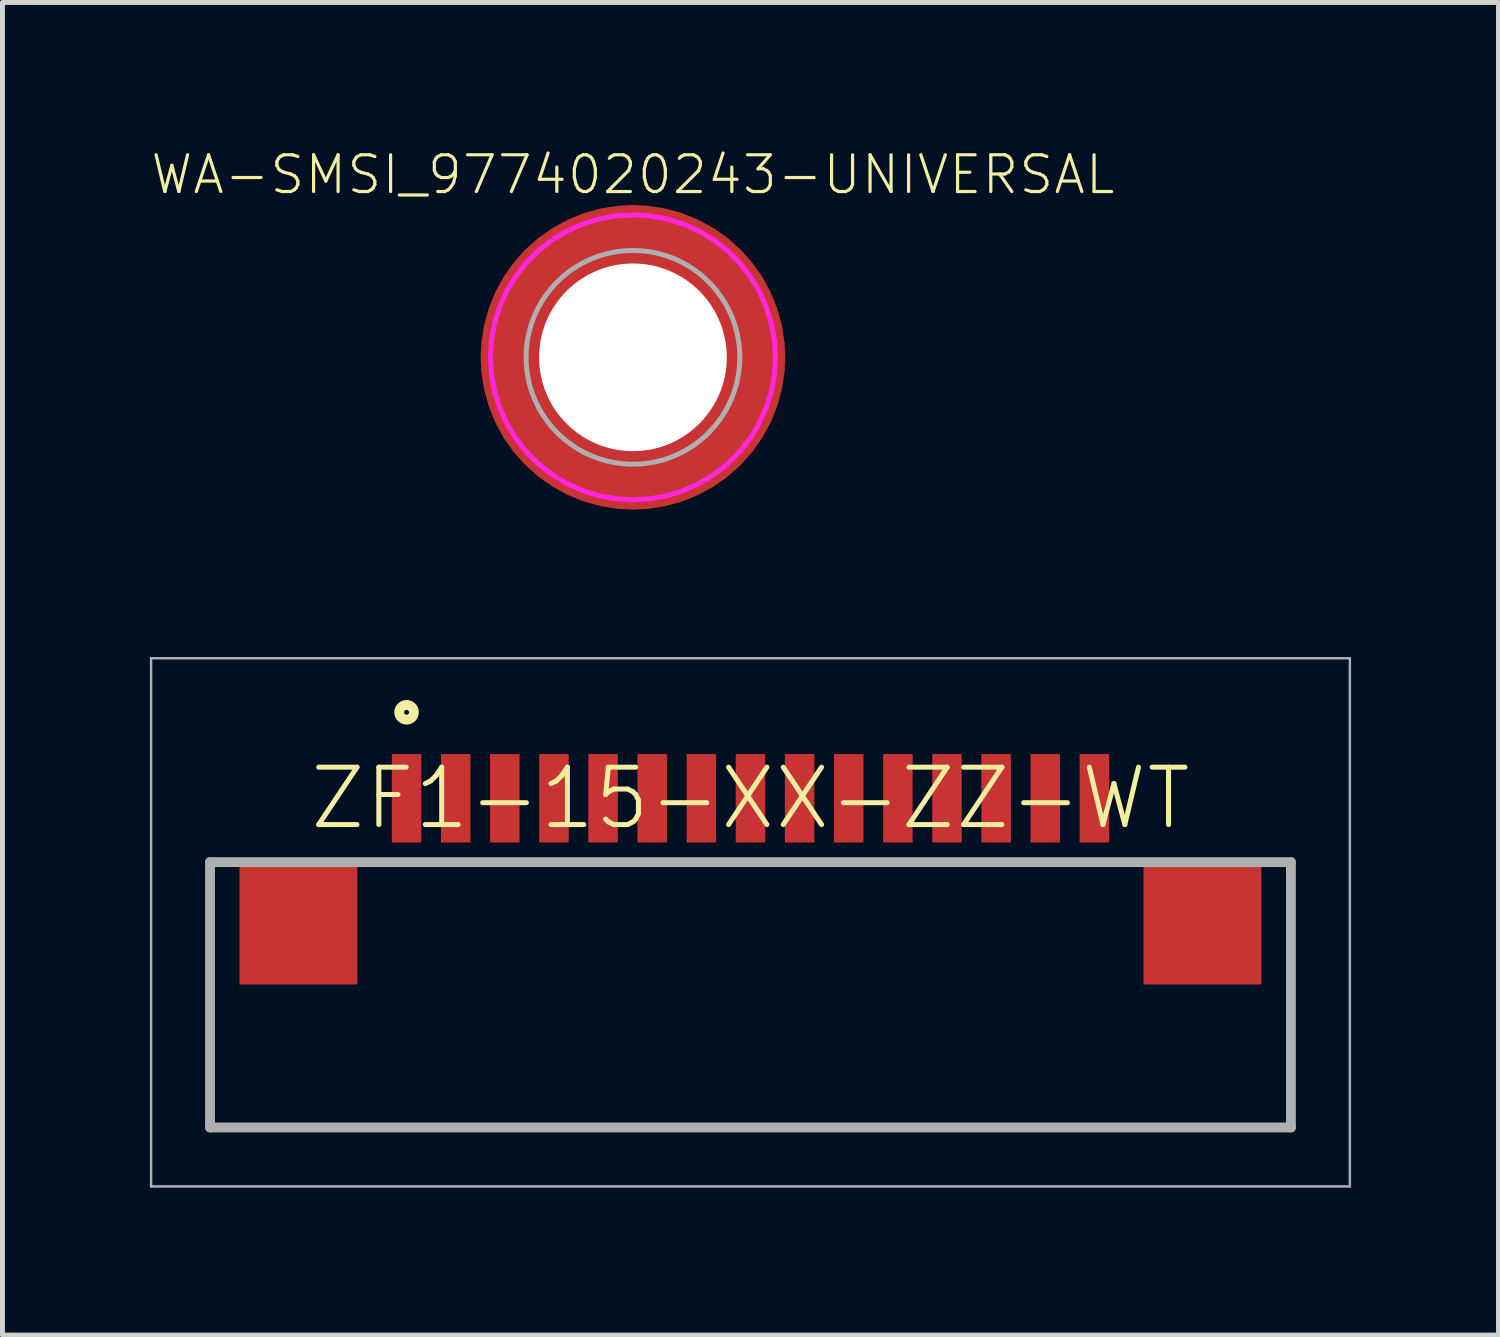
<source format=kicad_pcb>
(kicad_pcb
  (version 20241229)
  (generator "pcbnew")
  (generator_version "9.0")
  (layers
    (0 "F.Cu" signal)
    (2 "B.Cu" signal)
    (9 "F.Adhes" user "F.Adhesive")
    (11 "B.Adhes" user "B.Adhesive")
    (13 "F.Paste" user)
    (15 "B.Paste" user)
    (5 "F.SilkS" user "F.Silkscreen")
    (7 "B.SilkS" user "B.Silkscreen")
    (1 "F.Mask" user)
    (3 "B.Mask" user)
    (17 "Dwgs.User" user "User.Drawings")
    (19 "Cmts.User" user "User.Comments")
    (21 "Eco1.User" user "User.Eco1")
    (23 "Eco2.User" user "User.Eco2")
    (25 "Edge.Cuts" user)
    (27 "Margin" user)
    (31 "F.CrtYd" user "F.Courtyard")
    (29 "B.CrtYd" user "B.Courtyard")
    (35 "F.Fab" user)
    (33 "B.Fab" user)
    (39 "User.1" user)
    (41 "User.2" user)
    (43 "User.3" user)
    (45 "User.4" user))
  (footprint "ZF1-15-XX-ZZ-WT"
    (layer "F.Cu")
    (at 12.225 13.198)
    (property "Reference" "ZF1-15-XX-ZZ-WT" (at 0 0 0) (layer "F.SilkS") (effects (font (size 1.168 1.168) (thickness 0.102))))
    (fp_line (start -11 6.7) (end -11 1.3) (stroke (width 0.1) (type solid)) (layer "F.SilkS"))
    (fp_line (start 11 1.3) (end 11 6.7) (stroke (width 0.1) (type solid)) (layer "F.SilkS"))
    (fp_line (start 11 6.7) (end -11 6.7) (stroke (width 0.1) (type solid)) (layer "F.SilkS"))
    (fp_circle (center -7 -1.75) (end -6.95 -1.75) (stroke (width 0.2) (type solid)) (fill no) (layer "F.SilkS"))
    (fp_line (start -12.2 -2.85) (end 12.2 -2.85) (stroke (width 0.05) (type solid)) (layer "F.Fab"))
    (fp_line (start -12.2 7.9) (end -12.2 -2.85) (stroke (width 0.05) (type solid)) (layer "F.Fab"))
    (fp_line (start -11 1.3) (end 11 1.3) (stroke (width 0.2) (type solid)) (layer "F.Fab"))
    (fp_line (start -11 6.7) (end -11 1.3) (stroke (width 0.2) (type solid)) (layer "F.Fab"))
    (fp_line (start 11 1.3) (end 11 6.7) (stroke (width 0.2) (type solid)) (layer "F.Fab"))
    (fp_line (start 11 6.7) (end -11 6.7) (stroke (width 0.2) (type solid)) (layer "F.Fab"))
    (fp_line (start 12.2 -2.85) (end 12.2 7.9) (stroke (width 0.05) (type solid)) (layer "F.Fab"))
    (fp_line (start 12.2 7.9) (end -12.2 7.9) (stroke (width 0.05) (type solid)) (layer "F.Fab"))
    (pad "1" smd rect (at -7 0 90) (size 1.8 0.6) (layers "F.Cu" "F.Mask" "F.Paste"))
    (pad "2" smd rect (at -6 0 90) (size 1.8 0.6) (layers "F.Cu" "F.Mask" "F.Paste"))
    (pad "3" smd rect (at -5 0 90) (size 1.8 0.6) (layers "F.Cu" "F.Mask" "F.Paste"))
    (pad "4" smd rect (at -4 0 90) (size 1.8 0.6) (layers "F.Cu" "F.Mask" "F.Paste"))
    (pad "5" smd rect (at -3 0 90) (size 1.8 0.6) (layers "F.Cu" "F.Mask" "F.Paste"))
    (pad "6" smd rect (at -2 0 90) (size 1.8 0.6) (layers "F.Cu" "F.Mask" "F.Paste"))
    (pad "7" smd rect (at -1 0 90) (size 1.8 0.6) (layers "F.Cu" "F.Mask" "F.Paste"))
    (pad "8" smd rect (at 0 0 90) (size 1.8 0.6) (layers "F.Cu" "F.Mask" "F.Paste"))
    (pad "9" smd rect (at 1 0 90) (size 1.8 0.6) (layers "F.Cu" "F.Mask" "F.Paste"))
    (pad "10" smd rect (at 2 0 90) (size 1.8 0.6) (layers "F.Cu" "F.Mask" "F.Paste"))
    (pad "11" smd rect (at 3 0 90) (size 1.8 0.6) (layers "F.Cu" "F.Mask" "F.Paste"))
    (pad "12" smd rect (at 4 0 90) (size 1.8 0.6) (layers "F.Cu" "F.Mask" "F.Paste"))
    (pad "13" smd rect (at 5 0 90) (size 1.8 0.6) (layers "F.Cu" "F.Mask" "F.Paste"))
    (pad "14" smd rect (at 6 0 90) (size 1.8 0.6) (layers "F.Cu" "F.Mask" "F.Paste"))
    (pad "15" smd rect (at 7 0 90) (size 1.8 0.6) (layers "F.Cu" "F.Mask" "F.Paste"))
    (pad "16" smd rect (at -9.2 2.54 90) (size 2.5 2.4) (layers "F.Cu" "F.Mask" "F.Paste"))
    (pad "17" smd rect (at 9.2 2.54 90) (size 2.5 2.4) (layers "F.Cu" "F.Mask" "F.Paste")))
  (footprint "WA-SMSI_9774020243-UNIVERSAL"
    (layer "F.Cu")
    (at 9.833 4.223)
    (property "Reference" "WA-SMSI_9774020243-UNIVERSAL" (at 0 -3.28 0) (layer "F.SilkS") (effects (font (size 0.748 0.748) (thickness 0.065)) (justify bottom)))
    (fp_poly (pts (xy -1.805 0.654) (xy -1.785 0.729) (xy -1.755 0.823) (xy -1.715 0.923) (xy -1.651 1.053) (xy -1.606 1.127) (xy -1.551 1.207) (xy -1.501 1.272) (xy -1.441 1.342) (xy -1.322 1.461) (xy -1.267 1.506) (xy -1.187 1.566) (xy -1.112 1.616) (xy -1.043 1.656) (xy -0.943 1.705) (xy -0.873 1.735) (xy -0.808 1.76) (xy -0.729 1.785) (xy -0.654 1.805) (xy -0.595 1.816) (xy -0.595 2.845) (xy -0.661 2.84) (xy -0.726 2.83) (xy -0.811 2.815) (xy -0.901 2.795) (xy -1.051 2.755) (xy -1.127 2.73) (xy -1.197 2.705) (xy -1.272 2.675) (xy -1.342 2.645) (xy -1.417 2.61) (xy -1.467 2.584) (xy -1.552 2.539) (xy -1.623 2.499) (xy -1.693 2.454) (xy -1.768 2.404) (xy -1.863 2.334) (xy -1.958 2.259) (xy -2.018 2.204) (xy -2.088 2.139) (xy -2.149 2.078) (xy -2.209 2.013) (xy -2.259 1.958) (xy -2.314 1.888) (xy -2.364 1.823) (xy -2.414 1.753) (xy -2.464 1.678) (xy -2.504 1.613) (xy -2.549 1.532) (xy -2.589 1.457) (xy -2.63 1.377) (xy -2.665 1.297) (xy -2.695 1.222) (xy -2.72 1.157) (xy -2.75 1.061) (xy -2.78 0.961) (xy -2.805 0.861) (xy -2.82 0.786) (xy -2.83 0.726) (xy -2.84 0.661) (xy -2.845 0.595) (xy -1.816 0.595)) (stroke (width 0.1) (type solid)) (fill no) (layer "F.Paste"))
    (fp_poly (pts (xy -0.595 -1.816) (xy -0.654 -1.805) (xy -0.729 -1.785) (xy -0.823 -1.755) (xy -0.923 -1.715) (xy -1.053 -1.651) (xy -1.127 -1.606) (xy -1.207 -1.551) (xy -1.272 -1.501) (xy -1.342 -1.441) (xy -1.461 -1.322) (xy -1.506 -1.267) (xy -1.566 -1.187) (xy -1.616 -1.112) (xy -1.656 -1.043) (xy -1.705 -0.943) (xy -1.735 -0.873) (xy -1.76 -0.808) (xy -1.785 -0.729) (xy -1.805 -0.654) (xy -1.816 -0.595) (xy -2.845 -0.595) (xy -2.84 -0.661) (xy -2.83 -0.726) (xy -2.815 -0.811) (xy -2.795 -0.901) (xy -2.755 -1.051) (xy -2.73 -1.127) (xy -2.705 -1.197) (xy -2.675 -1.272) (xy -2.645 -1.342) (xy -2.61 -1.417) (xy -2.584 -1.467) (xy -2.539 -1.552) (xy -2.499 -1.623) (xy -2.454 -1.693) (xy -2.404 -1.768) (xy -2.334 -1.863) (xy -2.259 -1.958) (xy -2.204 -2.018) (xy -2.139 -2.088) (xy -2.078 -2.149) (xy -2.013 -2.209) (xy -1.958 -2.259) (xy -1.888 -2.314) (xy -1.823 -2.364) (xy -1.753 -2.414) (xy -1.678 -2.464) (xy -1.613 -2.504) (xy -1.532 -2.549) (xy -1.457 -2.589) (xy -1.377 -2.63) (xy -1.297 -2.665) (xy -1.222 -2.695) (xy -1.157 -2.72) (xy -1.061 -2.75) (xy -0.961 -2.78) (xy -0.861 -2.805) (xy -0.786 -2.82) (xy -0.726 -2.83) (xy -0.661 -2.84) (xy -0.595 -2.845)) (stroke (width 0.1) (type solid)) (fill no) (layer "F.Paste"))
    (fp_poly (pts (xy 0.661 -2.84) (xy 0.726 -2.83) (xy 0.811 -2.815) (xy 0.901 -2.795) (xy 1.051 -2.755) (xy 1.127 -2.73) (xy 1.197 -2.705) (xy 1.272 -2.675) (xy 1.342 -2.645) (xy 1.417 -2.61) (xy 1.467 -2.584) (xy 1.552 -2.539) (xy 1.623 -2.499) (xy 1.693 -2.454) (xy 1.768 -2.404) (xy 1.863 -2.334) (xy 1.958 -2.259) (xy 2.018 -2.204) (xy 2.088 -2.139) (xy 2.149 -2.078) (xy 2.209 -2.013) (xy 2.259 -1.958) (xy 2.314 -1.888) (xy 2.364 -1.823) (xy 2.414 -1.753) (xy 2.464 -1.678) (xy 2.504 -1.613) (xy 2.549 -1.532) (xy 2.589 -1.457) (xy 2.63 -1.377) (xy 2.665 -1.297) (xy 2.695 -1.222) (xy 2.72 -1.157) (xy 2.75 -1.061) (xy 2.78 -0.961) (xy 2.805 -0.861) (xy 2.82 -0.786) (xy 2.83 -0.726) (xy 2.84 -0.661) (xy 2.845 -0.595) (xy 1.816 -0.595) (xy 1.805 -0.654) (xy 1.785 -0.729) (xy 1.755 -0.823) (xy 1.715 -0.923) (xy 1.651 -1.053) (xy 1.606 -1.127) (xy 1.551 -1.207) (xy 1.501 -1.272) (xy 1.441 -1.342) (xy 1.322 -1.461) (xy 1.267 -1.506) (xy 1.187 -1.566) (xy 1.112 -1.616) (xy 1.043 -1.656) (xy 0.943 -1.705) (xy 0.873 -1.735) (xy 0.808 -1.76) (xy 0.729 -1.785) (xy 0.654 -1.805) (xy 0.595 -1.816) (xy 0.595 -2.845)) (stroke (width 0.1) (type solid)) (fill no) (layer "F.Paste"))
    (fp_poly (pts (xy 2.84 0.661) (xy 2.83 0.726) (xy 2.815 0.811) (xy 2.795 0.901) (xy 2.755 1.051) (xy 2.73 1.127) (xy 2.705 1.197) (xy 2.675 1.272) (xy 2.645 1.342) (xy 2.61 1.417) (xy 2.584 1.467) (xy 2.539 1.552) (xy 2.499 1.623) (xy 2.454 1.693) (xy 2.404 1.768) (xy 2.334 1.863) (xy 2.259 1.958) (xy 2.204 2.018) (xy 2.139 2.088) (xy 2.078 2.149) (xy 2.013 2.209) (xy 1.958 2.259) (xy 1.888 2.314) (xy 1.823 2.364) (xy 1.753 2.414) (xy 1.678 2.464) (xy 1.613 2.504) (xy 1.532 2.549) (xy 1.457 2.589) (xy 1.377 2.63) (xy 1.297 2.665) (xy 1.222 2.695) (xy 1.157 2.72) (xy 1.061 2.75) (xy 0.961 2.78) (xy 0.861 2.805) (xy 0.786 2.82) (xy 0.726 2.83) (xy 0.661 2.84) (xy 0.595 2.845) (xy 0.595 1.816) (xy 0.654 1.805) (xy 0.729 1.785) (xy 0.823 1.755) (xy 0.923 1.715) (xy 1.053 1.651) (xy 1.127 1.606) (xy 1.207 1.551) (xy 1.272 1.501) (xy 1.342 1.441) (xy 1.461 1.322) (xy 1.506 1.267) (xy 1.566 1.187) (xy 1.616 1.112) (xy 1.656 1.043) (xy 1.705 0.943) (xy 1.735 0.873) (xy 1.76 0.808) (xy 1.785 0.729) (xy 1.805 0.654) (xy 1.816 0.595) (xy 2.845 0.595)) (stroke (width 0.1) (type solid)) (fill no) (layer "F.Paste"))
    (fp_poly (pts (xy 0.35 -2.879) (xy 0.694 -2.816) (xy 1.028 -2.712) (xy 1.348 -2.568) (xy 1.647 -2.387) (xy 1.923 -2.171) (xy 2.171 -1.923) (xy 2.387 -1.647) (xy 2.568 -1.348) (xy 2.712 -1.028) (xy 2.816 -0.694) (xy 2.879 -0.35) (xy 2.9 0) (xy 2.879 0.35) (xy 2.816 0.694) (xy 2.712 1.028) (xy 2.568 1.348) (xy 2.387 1.647) (xy 2.171 1.923) (xy 1.923 2.171) (xy 1.647 2.387) (xy 1.348 2.568) (xy 1.028 2.712) (xy 0.694 2.816) (xy 0.35 2.879) (xy 0 2.9) (xy -0.35 2.879) (xy -0.694 2.816) (xy -1.028 2.712) (xy -1.348 2.568) (xy -1.647 2.387) (xy -1.923 2.171) (xy -2.171 1.923) (xy -2.387 1.647) (xy -2.568 1.348) (xy -2.712 1.028) (xy -2.816 0.694) (xy -2.879 0.35) (xy -2.9 0) (xy -2.879 -0.35) (xy -2.816 -0.694) (xy -2.712 -1.028) (xy -2.568 -1.348) (xy -2.387 -1.647) (xy -2.171 -1.923) (xy -1.923 -2.171) (xy -1.647 -2.387) (xy -1.348 -2.568) (xy -1.028 -2.712) (xy -0.694 -2.816) (xy -0.35 -2.879) (xy 0 -2.9)) (stroke (width 0.1) (type solid)) (fill no) (layer "F.CrtYd"))
    (fp_circle (center 0 0) (end 2.175 0) (stroke (width 0.1) (type solid)) (fill no) (layer "F.Fab"))
    (pad "" np_thru_hole circle (at 0 0) (size 3.82 3.82) (drill 3.82) (layers "*.Cu" "*.Mask"))
    (pad "1" smd roundrect (at 0 0) (size 6.2 6.2) (layers "F.Cu" "F.Mask") (roundrect_rratio 0.5)))
  (gr_rect
    (start -3 -3)
    (end 27.45 24.123)
    (stroke (width 0.1) (type default))
    (fill no)
    (layer "Edge.Cuts")))
</source>
